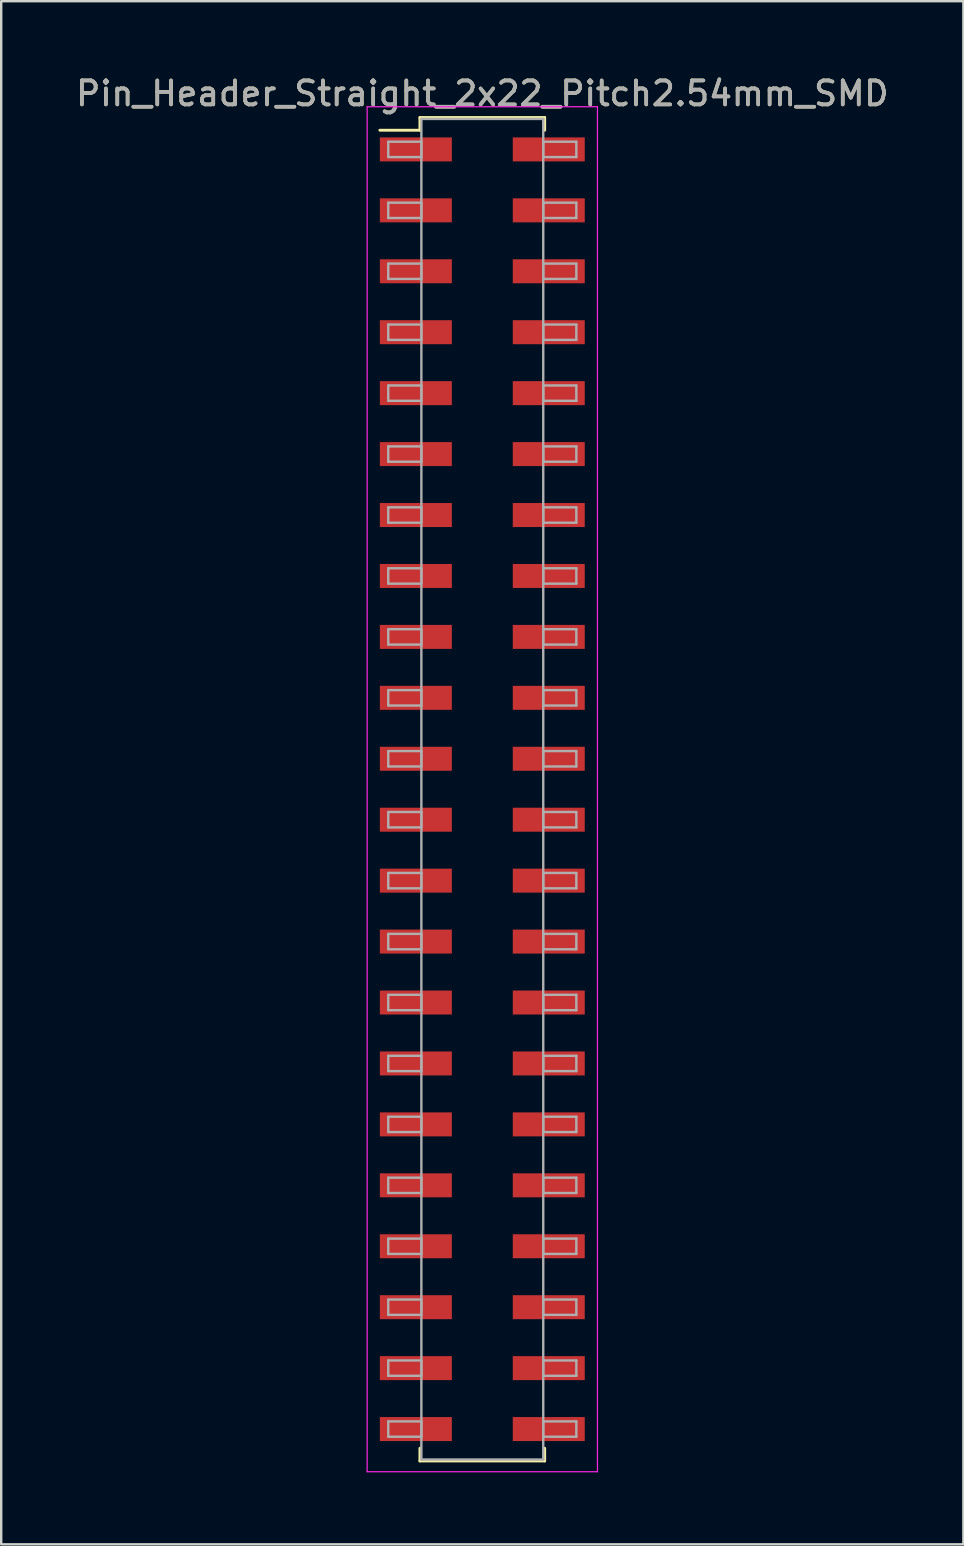
<source format=kicad_pcb>
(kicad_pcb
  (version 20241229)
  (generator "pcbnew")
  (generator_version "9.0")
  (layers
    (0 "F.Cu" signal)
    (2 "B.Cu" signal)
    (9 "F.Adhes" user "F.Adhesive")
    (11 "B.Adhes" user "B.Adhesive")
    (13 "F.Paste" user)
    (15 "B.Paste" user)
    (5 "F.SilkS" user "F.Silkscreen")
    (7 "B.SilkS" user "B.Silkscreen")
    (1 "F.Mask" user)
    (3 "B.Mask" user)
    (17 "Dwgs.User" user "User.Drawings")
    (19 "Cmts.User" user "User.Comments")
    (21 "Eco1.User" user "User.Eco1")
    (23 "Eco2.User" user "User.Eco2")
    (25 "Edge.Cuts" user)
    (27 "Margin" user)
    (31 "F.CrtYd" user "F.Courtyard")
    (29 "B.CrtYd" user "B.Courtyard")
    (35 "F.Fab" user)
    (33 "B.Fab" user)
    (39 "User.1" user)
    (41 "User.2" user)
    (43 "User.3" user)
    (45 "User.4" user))
  (footprint "Pin_Header_Straight_2x22_Pitch2.54mm_SMD"
    (layer "F.Cu")
    (at 17.054 29.848)
    (property "Reference" "Pin_Header_Straight_2x22_Pitch2.54mm_SMD" (at 0 -29 0) (layer "F.SilkS") (effects (font (size 1 1) (thickness 0.15))))
    (attr smd)
    (fp_line (start -4.27 -27.47) (end -2.6 -27.47) (stroke (width 0.12) (type solid)) (layer "F.SilkS"))
    (fp_line (start -2.6 -28) (end 2.6 -28) (stroke (width 0.12) (type solid)) (layer "F.SilkS"))
    (fp_line (start -2.6 -27.47) (end -2.6 -28) (stroke (width 0.12) (type solid)) (layer "F.SilkS"))
    (fp_line (start -2.6 27.47) (end -2.6 28) (stroke (width 0.12) (type solid)) (layer "F.SilkS"))
    (fp_line (start -2.6 28) (end 2.6 28) (stroke (width 0.12) (type solid)) (layer "F.SilkS"))
    (fp_line (start 2.6 -28) (end 2.6 -27.47) (stroke (width 0.12) (type solid)) (layer "F.SilkS"))
    (fp_line (start 2.6 28) (end 2.6 27.47) (stroke (width 0.12) (type solid)) (layer "F.SilkS"))
    (fp_line (start -4.8 -28.45) (end -4.8 28.45) (stroke (width 0.05) (type solid)) (layer "F.CrtYd"))
    (fp_line (start -4.8 28.45) (end 4.8 28.45) (stroke (width 0.05) (type solid)) (layer "F.CrtYd"))
    (fp_line (start 4.8 -28.45) (end -4.8 -28.45) (stroke (width 0.05) (type solid)) (layer "F.CrtYd"))
    (fp_line (start 4.8 28.45) (end 4.8 -28.45) (stroke (width 0.05) (type solid)) (layer "F.CrtYd"))
    (fp_line (start -3.92 -26.99) (end -2.54 -26.99) (stroke (width 0.1) (type solid)) (layer "F.Fab"))
    (fp_line (start -3.92 -26.35) (end -3.92 -26.99) (stroke (width 0.1) (type solid)) (layer "F.Fab"))
    (fp_line (start -3.92 -24.45) (end -2.54 -24.45) (stroke (width 0.1) (type solid)) (layer "F.Fab"))
    (fp_line (start -3.92 -23.81) (end -3.92 -24.45) (stroke (width 0.1) (type solid)) (layer "F.Fab"))
    (fp_line (start -3.92 -21.91) (end -2.54 -21.91) (stroke (width 0.1) (type solid)) (layer "F.Fab"))
    (fp_line (start -3.92 -21.27) (end -3.92 -21.91) (stroke (width 0.1) (type solid)) (layer "F.Fab"))
    (fp_line (start -3.92 -19.37) (end -2.54 -19.37) (stroke (width 0.1) (type solid)) (layer "F.Fab"))
    (fp_line (start -3.92 -18.73) (end -3.92 -19.37) (stroke (width 0.1) (type solid)) (layer "F.Fab"))
    (fp_line (start -3.92 -16.83) (end -2.54 -16.83) (stroke (width 0.1) (type solid)) (layer "F.Fab"))
    (fp_line (start -3.92 -16.19) (end -3.92 -16.83) (stroke (width 0.1) (type solid)) (layer "F.Fab"))
    (fp_line (start -3.92 -14.29) (end -2.54 -14.29) (stroke (width 0.1) (type solid)) (layer "F.Fab"))
    (fp_line (start -3.92 -13.65) (end -3.92 -14.29) (stroke (width 0.1) (type solid)) (layer "F.Fab"))
    (fp_line (start -3.92 -11.75) (end -2.54 -11.75) (stroke (width 0.1) (type solid)) (layer "F.Fab"))
    (fp_line (start -3.92 -11.11) (end -3.92 -11.75) (stroke (width 0.1) (type solid)) (layer "F.Fab"))
    (fp_line (start -3.92 -9.21) (end -2.54 -9.21) (stroke (width 0.1) (type solid)) (layer "F.Fab"))
    (fp_line (start -3.92 -8.57) (end -3.92 -9.21) (stroke (width 0.1) (type solid)) (layer "F.Fab"))
    (fp_line (start -3.92 -6.67) (end -2.54 -6.67) (stroke (width 0.1) (type solid)) (layer "F.Fab"))
    (fp_line (start -3.92 -6.03) (end -3.92 -6.67) (stroke (width 0.1) (type solid)) (layer "F.Fab"))
    (fp_line (start -3.92 -4.13) (end -2.54 -4.13) (stroke (width 0.1) (type solid)) (layer "F.Fab"))
    (fp_line (start -3.92 -3.49) (end -3.92 -4.13) (stroke (width 0.1) (type solid)) (layer "F.Fab"))
    (fp_line (start -3.92 -1.59) (end -2.54 -1.59) (stroke (width 0.1) (type solid)) (layer "F.Fab"))
    (fp_line (start -3.92 -0.95) (end -3.92 -1.59) (stroke (width 0.1) (type solid)) (layer "F.Fab"))
    (fp_line (start -3.92 0.95) (end -2.54 0.95) (stroke (width 0.1) (type solid)) (layer "F.Fab"))
    (fp_line (start -3.92 1.59) (end -3.92 0.95) (stroke (width 0.1) (type solid)) (layer "F.Fab"))
    (fp_line (start -3.92 3.49) (end -2.54 3.49) (stroke (width 0.1) (type solid)) (layer "F.Fab"))
    (fp_line (start -3.92 4.13) (end -3.92 3.49) (stroke (width 0.1) (type solid)) (layer "F.Fab"))
    (fp_line (start -3.92 6.03) (end -2.54 6.03) (stroke (width 0.1) (type solid)) (layer "F.Fab"))
    (fp_line (start -3.92 6.67) (end -3.92 6.03) (stroke (width 0.1) (type solid)) (layer "F.Fab"))
    (fp_line (start -3.92 8.57) (end -2.54 8.57) (stroke (width 0.1) (type solid)) (layer "F.Fab"))
    (fp_line (start -3.92 9.21) (end -3.92 8.57) (stroke (width 0.1) (type solid)) (layer "F.Fab"))
    (fp_line (start -3.92 11.11) (end -2.54 11.11) (stroke (width 0.1) (type solid)) (layer "F.Fab"))
    (fp_line (start -3.92 11.75) (end -3.92 11.11) (stroke (width 0.1) (type solid)) (layer "F.Fab"))
    (fp_line (start -3.92 13.65) (end -2.54 13.65) (stroke (width 0.1) (type solid)) (layer "F.Fab"))
    (fp_line (start -3.92 14.29) (end -3.92 13.65) (stroke (width 0.1) (type solid)) (layer "F.Fab"))
    (fp_line (start -3.92 16.19) (end -2.54 16.19) (stroke (width 0.1) (type solid)) (layer "F.Fab"))
    (fp_line (start -3.92 16.83) (end -3.92 16.19) (stroke (width 0.1) (type solid)) (layer "F.Fab"))
    (fp_line (start -3.92 18.73) (end -2.54 18.73) (stroke (width 0.1) (type solid)) (layer "F.Fab"))
    (fp_line (start -3.92 19.37) (end -3.92 18.73) (stroke (width 0.1) (type solid)) (layer "F.Fab"))
    (fp_line (start -3.92 21.27) (end -2.54 21.27) (stroke (width 0.1) (type solid)) (layer "F.Fab"))
    (fp_line (start -3.92 21.91) (end -3.92 21.27) (stroke (width 0.1) (type solid)) (layer "F.Fab"))
    (fp_line (start -3.92 23.81) (end -2.54 23.81) (stroke (width 0.1) (type solid)) (layer "F.Fab"))
    (fp_line (start -3.92 24.45) (end -3.92 23.81) (stroke (width 0.1) (type solid)) (layer "F.Fab"))
    (fp_line (start -3.92 26.35) (end -2.54 26.35) (stroke (width 0.1) (type solid)) (layer "F.Fab"))
    (fp_line (start -3.92 26.99) (end -3.92 26.35) (stroke (width 0.1) (type solid)) (layer "F.Fab"))
    (fp_line (start -2.54 -27.94) (end -2.54 27.94) (stroke (width 0.1) (type solid)) (layer "F.Fab"))
    (fp_line (start -2.54 -26.99) (end -2.54 -26.35) (stroke (width 0.1) (type solid)) (layer "F.Fab"))
    (fp_line (start -2.54 -26.35) (end -3.92 -26.35) (stroke (width 0.1) (type solid)) (layer "F.Fab"))
    (fp_line (start -2.54 -24.45) (end -2.54 -23.81) (stroke (width 0.1) (type solid)) (layer "F.Fab"))
    (fp_line (start -2.54 -23.81) (end -3.92 -23.81) (stroke (width 0.1) (type solid)) (layer "F.Fab"))
    (fp_line (start -2.54 -21.91) (end -2.54 -21.27) (stroke (width 0.1) (type solid)) (layer "F.Fab"))
    (fp_line (start -2.54 -21.27) (end -3.92 -21.27) (stroke (width 0.1) (type solid)) (layer "F.Fab"))
    (fp_line (start -2.54 -19.37) (end -2.54 -18.73) (stroke (width 0.1) (type solid)) (layer "F.Fab"))
    (fp_line (start -2.54 -18.73) (end -3.92 -18.73) (stroke (width 0.1) (type solid)) (layer "F.Fab"))
    (fp_line (start -2.54 -16.83) (end -2.54 -16.19) (stroke (width 0.1) (type solid)) (layer "F.Fab"))
    (fp_line (start -2.54 -16.19) (end -3.92 -16.19) (stroke (width 0.1) (type solid)) (layer "F.Fab"))
    (fp_line (start -2.54 -14.29) (end -2.54 -13.65) (stroke (width 0.1) (type solid)) (layer "F.Fab"))
    (fp_line (start -2.54 -13.65) (end -3.92 -13.65) (stroke (width 0.1) (type solid)) (layer "F.Fab"))
    (fp_line (start -2.54 -11.75) (end -2.54 -11.11) (stroke (width 0.1) (type solid)) (layer "F.Fab"))
    (fp_line (start -2.54 -11.11) (end -3.92 -11.11) (stroke (width 0.1) (type solid)) (layer "F.Fab"))
    (fp_line (start -2.54 -9.21) (end -2.54 -8.57) (stroke (width 0.1) (type solid)) (layer "F.Fab"))
    (fp_line (start -2.54 -8.57) (end -3.92 -8.57) (stroke (width 0.1) (type solid)) (layer "F.Fab"))
    (fp_line (start -2.54 -6.67) (end -2.54 -6.03) (stroke (width 0.1) (type solid)) (layer "F.Fab"))
    (fp_line (start -2.54 -6.03) (end -3.92 -6.03) (stroke (width 0.1) (type solid)) (layer "F.Fab"))
    (fp_line (start -2.54 -4.13) (end -2.54 -3.49) (stroke (width 0.1) (type solid)) (layer "F.Fab"))
    (fp_line (start -2.54 -3.49) (end -3.92 -3.49) (stroke (width 0.1) (type solid)) (layer "F.Fab"))
    (fp_line (start -2.54 -1.59) (end -2.54 -0.95) (stroke (width 0.1) (type solid)) (layer "F.Fab"))
    (fp_line (start -2.54 -0.95) (end -3.92 -0.95) (stroke (width 0.1) (type solid)) (layer "F.Fab"))
    (fp_line (start -2.54 0.95) (end -2.54 1.59) (stroke (width 0.1) (type solid)) (layer "F.Fab"))
    (fp_line (start -2.54 1.59) (end -3.92 1.59) (stroke (width 0.1) (type solid)) (layer "F.Fab"))
    (fp_line (start -2.54 3.49) (end -2.54 4.13) (stroke (width 0.1) (type solid)) (layer "F.Fab"))
    (fp_line (start -2.54 4.13) (end -3.92 4.13) (stroke (width 0.1) (type solid)) (layer "F.Fab"))
    (fp_line (start -2.54 6.03) (end -2.54 6.67) (stroke (width 0.1) (type solid)) (layer "F.Fab"))
    (fp_line (start -2.54 6.67) (end -3.92 6.67) (stroke (width 0.1) (type solid)) (layer "F.Fab"))
    (fp_line (start -2.54 8.57) (end -2.54 9.21) (stroke (width 0.1) (type solid)) (layer "F.Fab"))
    (fp_line (start -2.54 9.21) (end -3.92 9.21) (stroke (width 0.1) (type solid)) (layer "F.Fab"))
    (fp_line (start -2.54 11.11) (end -2.54 11.75) (stroke (width 0.1) (type solid)) (layer "F.Fab"))
    (fp_line (start -2.54 11.75) (end -3.92 11.75) (stroke (width 0.1) (type solid)) (layer "F.Fab"))
    (fp_line (start -2.54 13.65) (end -2.54 14.29) (stroke (width 0.1) (type solid)) (layer "F.Fab"))
    (fp_line (start -2.54 14.29) (end -3.92 14.29) (stroke (width 0.1) (type solid)) (layer "F.Fab"))
    (fp_line (start -2.54 16.19) (end -2.54 16.83) (stroke (width 0.1) (type solid)) (layer "F.Fab"))
    (fp_line (start -2.54 16.83) (end -3.92 16.83) (stroke (width 0.1) (type solid)) (layer "F.Fab"))
    (fp_line (start -2.54 18.73) (end -2.54 19.37) (stroke (width 0.1) (type solid)) (layer "F.Fab"))
    (fp_line (start -2.54 19.37) (end -3.92 19.37) (stroke (width 0.1) (type solid)) (layer "F.Fab"))
    (fp_line (start -2.54 21.27) (end -2.54 21.91) (stroke (width 0.1) (type solid)) (layer "F.Fab"))
    (fp_line (start -2.54 21.91) (end -3.92 21.91) (stroke (width 0.1) (type solid)) (layer "F.Fab"))
    (fp_line (start -2.54 23.81) (end -2.54 24.45) (stroke (width 0.1) (type solid)) (layer "F.Fab"))
    (fp_line (start -2.54 24.45) (end -3.92 24.45) (stroke (width 0.1) (type solid)) (layer "F.Fab"))
    (fp_line (start -2.54 26.35) (end -2.54 26.99) (stroke (width 0.1) (type solid)) (layer "F.Fab"))
    (fp_line (start -2.54 26.99) (end -3.92 26.99) (stroke (width 0.1) (type solid)) (layer "F.Fab"))
    (fp_line (start -2.54 27.94) (end 2.54 27.94) (stroke (width 0.1) (type solid)) (layer "F.Fab"))
    (fp_line (start 2.54 -27.94) (end -2.54 -27.94) (stroke (width 0.1) (type solid)) (layer "F.Fab"))
    (fp_line (start 2.54 -26.99) (end 2.54 -26.35) (stroke (width 0.1) (type solid)) (layer "F.Fab"))
    (fp_line (start 2.54 -26.35) (end 3.92 -26.35) (stroke (width 0.1) (type solid)) (layer "F.Fab"))
    (fp_line (start 2.54 -24.45) (end 2.54 -23.81) (stroke (width 0.1) (type solid)) (layer "F.Fab"))
    (fp_line (start 2.54 -23.81) (end 3.92 -23.81) (stroke (width 0.1) (type solid)) (layer "F.Fab"))
    (fp_line (start 2.54 -21.91) (end 2.54 -21.27) (stroke (width 0.1) (type solid)) (layer "F.Fab"))
    (fp_line (start 2.54 -21.27) (end 3.92 -21.27) (stroke (width 0.1) (type solid)) (layer "F.Fab"))
    (fp_line (start 2.54 -19.37) (end 2.54 -18.73) (stroke (width 0.1) (type solid)) (layer "F.Fab"))
    (fp_line (start 2.54 -18.73) (end 3.92 -18.73) (stroke (width 0.1) (type solid)) (layer "F.Fab"))
    (fp_line (start 2.54 -16.83) (end 2.54 -16.19) (stroke (width 0.1) (type solid)) (layer "F.Fab"))
    (fp_line (start 2.54 -16.19) (end 3.92 -16.19) (stroke (width 0.1) (type solid)) (layer "F.Fab"))
    (fp_line (start 2.54 -14.29) (end 2.54 -13.65) (stroke (width 0.1) (type solid)) (layer "F.Fab"))
    (fp_line (start 2.54 -13.65) (end 3.92 -13.65) (stroke (width 0.1) (type solid)) (layer "F.Fab"))
    (fp_line (start 2.54 -11.75) (end 2.54 -11.11) (stroke (width 0.1) (type solid)) (layer "F.Fab"))
    (fp_line (start 2.54 -11.11) (end 3.92 -11.11) (stroke (width 0.1) (type solid)) (layer "F.Fab"))
    (fp_line (start 2.54 -9.21) (end 2.54 -8.57) (stroke (width 0.1) (type solid)) (layer "F.Fab"))
    (fp_line (start 2.54 -8.57) (end 3.92 -8.57) (stroke (width 0.1) (type solid)) (layer "F.Fab"))
    (fp_line (start 2.54 -6.67) (end 2.54 -6.03) (stroke (width 0.1) (type solid)) (layer "F.Fab"))
    (fp_line (start 2.54 -6.03) (end 3.92 -6.03) (stroke (width 0.1) (type solid)) (layer "F.Fab"))
    (fp_line (start 2.54 -4.13) (end 2.54 -3.49) (stroke (width 0.1) (type solid)) (layer "F.Fab"))
    (fp_line (start 2.54 -3.49) (end 3.92 -3.49) (stroke (width 0.1) (type solid)) (layer "F.Fab"))
    (fp_line (start 2.54 -1.59) (end 2.54 -0.95) (stroke (width 0.1) (type solid)) (layer "F.Fab"))
    (fp_line (start 2.54 -0.95) (end 3.92 -0.95) (stroke (width 0.1) (type solid)) (layer "F.Fab"))
    (fp_line (start 2.54 0.95) (end 2.54 1.59) (stroke (width 0.1) (type solid)) (layer "F.Fab"))
    (fp_line (start 2.54 1.59) (end 3.92 1.59) (stroke (width 0.1) (type solid)) (layer "F.Fab"))
    (fp_line (start 2.54 3.49) (end 2.54 4.13) (stroke (width 0.1) (type solid)) (layer "F.Fab"))
    (fp_line (start 2.54 4.13) (end 3.92 4.13) (stroke (width 0.1) (type solid)) (layer "F.Fab"))
    (fp_line (start 2.54 6.03) (end 2.54 6.67) (stroke (width 0.1) (type solid)) (layer "F.Fab"))
    (fp_line (start 2.54 6.67) (end 3.92 6.67) (stroke (width 0.1) (type solid)) (layer "F.Fab"))
    (fp_line (start 2.54 8.57) (end 2.54 9.21) (stroke (width 0.1) (type solid)) (layer "F.Fab"))
    (fp_line (start 2.54 9.21) (end 3.92 9.21) (stroke (width 0.1) (type solid)) (layer "F.Fab"))
    (fp_line (start 2.54 11.11) (end 2.54 11.75) (stroke (width 0.1) (type solid)) (layer "F.Fab"))
    (fp_line (start 2.54 11.75) (end 3.92 11.75) (stroke (width 0.1) (type solid)) (layer "F.Fab"))
    (fp_line (start 2.54 13.65) (end 2.54 14.29) (stroke (width 0.1) (type solid)) (layer "F.Fab"))
    (fp_line (start 2.54 14.29) (end 3.92 14.29) (stroke (width 0.1) (type solid)) (layer "F.Fab"))
    (fp_line (start 2.54 16.19) (end 2.54 16.83) (stroke (width 0.1) (type solid)) (layer "F.Fab"))
    (fp_line (start 2.54 16.83) (end 3.92 16.83) (stroke (width 0.1) (type solid)) (layer "F.Fab"))
    (fp_line (start 2.54 18.73) (end 2.54 19.37) (stroke (width 0.1) (type solid)) (layer "F.Fab"))
    (fp_line (start 2.54 19.37) (end 3.92 19.37) (stroke (width 0.1) (type solid)) (layer "F.Fab"))
    (fp_line (start 2.54 21.27) (end 2.54 21.91) (stroke (width 0.1) (type solid)) (layer "F.Fab"))
    (fp_line (start 2.54 21.91) (end 3.92 21.91) (stroke (width 0.1) (type solid)) (layer "F.Fab"))
    (fp_line (start 2.54 23.81) (end 2.54 24.45) (stroke (width 0.1) (type solid)) (layer "F.Fab"))
    (fp_line (start 2.54 24.45) (end 3.92 24.45) (stroke (width 0.1) (type solid)) (layer "F.Fab"))
    (fp_line (start 2.54 26.35) (end 2.54 26.99) (stroke (width 0.1) (type solid)) (layer "F.Fab"))
    (fp_line (start 2.54 26.99) (end 3.92 26.99) (stroke (width 0.1) (type solid)) (layer "F.Fab"))
    (fp_line (start 2.54 27.94) (end 2.54 -27.94) (stroke (width 0.1) (type solid)) (layer "F.Fab"))
    (fp_line (start 3.92 -26.99) (end 2.54 -26.99) (stroke (width 0.1) (type solid)) (layer "F.Fab"))
    (fp_line (start 3.92 -26.35) (end 3.92 -26.99) (stroke (width 0.1) (type solid)) (layer "F.Fab"))
    (fp_line (start 3.92 -24.45) (end 2.54 -24.45) (stroke (width 0.1) (type solid)) (layer "F.Fab"))
    (fp_line (start 3.92 -23.81) (end 3.92 -24.45) (stroke (width 0.1) (type solid)) (layer "F.Fab"))
    (fp_line (start 3.92 -21.91) (end 2.54 -21.91) (stroke (width 0.1) (type solid)) (layer "F.Fab"))
    (fp_line (start 3.92 -21.27) (end 3.92 -21.91) (stroke (width 0.1) (type solid)) (layer "F.Fab"))
    (fp_line (start 3.92 -19.37) (end 2.54 -19.37) (stroke (width 0.1) (type solid)) (layer "F.Fab"))
    (fp_line (start 3.92 -18.73) (end 3.92 -19.37) (stroke (width 0.1) (type solid)) (layer "F.Fab"))
    (fp_line (start 3.92 -16.83) (end 2.54 -16.83) (stroke (width 0.1) (type solid)) (layer "F.Fab"))
    (fp_line (start 3.92 -16.19) (end 3.92 -16.83) (stroke (width 0.1) (type solid)) (layer "F.Fab"))
    (fp_line (start 3.92 -14.29) (end 2.54 -14.29) (stroke (width 0.1) (type solid)) (layer "F.Fab"))
    (fp_line (start 3.92 -13.65) (end 3.92 -14.29) (stroke (width 0.1) (type solid)) (layer "F.Fab"))
    (fp_line (start 3.92 -11.75) (end 2.54 -11.75) (stroke (width 0.1) (type solid)) (layer "F.Fab"))
    (fp_line (start 3.92 -11.11) (end 3.92 -11.75) (stroke (width 0.1) (type solid)) (layer "F.Fab"))
    (fp_line (start 3.92 -9.21) (end 2.54 -9.21) (stroke (width 0.1) (type solid)) (layer "F.Fab"))
    (fp_line (start 3.92 -8.57) (end 3.92 -9.21) (stroke (width 0.1) (type solid)) (layer "F.Fab"))
    (fp_line (start 3.92 -6.67) (end 2.54 -6.67) (stroke (width 0.1) (type solid)) (layer "F.Fab"))
    (fp_line (start 3.92 -6.03) (end 3.92 -6.67) (stroke (width 0.1) (type solid)) (layer "F.Fab"))
    (fp_line (start 3.92 -4.13) (end 2.54 -4.13) (stroke (width 0.1) (type solid)) (layer "F.Fab"))
    (fp_line (start 3.92 -3.49) (end 3.92 -4.13) (stroke (width 0.1) (type solid)) (layer "F.Fab"))
    (fp_line (start 3.92 -1.59) (end 2.54 -1.59) (stroke (width 0.1) (type solid)) (layer "F.Fab"))
    (fp_line (start 3.92 -0.95) (end 3.92 -1.59) (stroke (width 0.1) (type solid)) (layer "F.Fab"))
    (fp_line (start 3.92 0.95) (end 2.54 0.95) (stroke (width 0.1) (type solid)) (layer "F.Fab"))
    (fp_line (start 3.92 1.59) (end 3.92 0.95) (stroke (width 0.1) (type solid)) (layer "F.Fab"))
    (fp_line (start 3.92 3.49) (end 2.54 3.49) (stroke (width 0.1) (type solid)) (layer "F.Fab"))
    (fp_line (start 3.92 4.13) (end 3.92 3.49) (stroke (width 0.1) (type solid)) (layer "F.Fab"))
    (fp_line (start 3.92 6.03) (end 2.54 6.03) (stroke (width 0.1) (type solid)) (layer "F.Fab"))
    (fp_line (start 3.92 6.67) (end 3.92 6.03) (stroke (width 0.1) (type solid)) (layer "F.Fab"))
    (fp_line (start 3.92 8.57) (end 2.54 8.57) (stroke (width 0.1) (type solid)) (layer "F.Fab"))
    (fp_line (start 3.92 9.21) (end 3.92 8.57) (stroke (width 0.1) (type solid)) (layer "F.Fab"))
    (fp_line (start 3.92 11.11) (end 2.54 11.11) (stroke (width 0.1) (type solid)) (layer "F.Fab"))
    (fp_line (start 3.92 11.75) (end 3.92 11.11) (stroke (width 0.1) (type solid)) (layer "F.Fab"))
    (fp_line (start 3.92 13.65) (end 2.54 13.65) (stroke (width 0.1) (type solid)) (layer "F.Fab"))
    (fp_line (start 3.92 14.29) (end 3.92 13.65) (stroke (width 0.1) (type solid)) (layer "F.Fab"))
    (fp_line (start 3.92 16.19) (end 2.54 16.19) (stroke (width 0.1) (type solid)) (layer "F.Fab"))
    (fp_line (start 3.92 16.83) (end 3.92 16.19) (stroke (width 0.1) (type solid)) (layer "F.Fab"))
    (fp_line (start 3.92 18.73) (end 2.54 18.73) (stroke (width 0.1) (type solid)) (layer "F.Fab"))
    (fp_line (start 3.92 19.37) (end 3.92 18.73) (stroke (width 0.1) (type solid)) (layer "F.Fab"))
    (fp_line (start 3.92 21.27) (end 2.54 21.27) (stroke (width 0.1) (type solid)) (layer "F.Fab"))
    (fp_line (start 3.92 21.91) (end 3.92 21.27) (stroke (width 0.1) (type solid)) (layer "F.Fab"))
    (fp_line (start 3.92 23.81) (end 2.54 23.81) (stroke (width 0.1) (type solid)) (layer "F.Fab"))
    (fp_line (start 3.92 24.45) (end 3.92 23.81) (stroke (width 0.1) (type solid)) (layer "F.Fab"))
    (fp_line (start 3.92 26.35) (end 2.54 26.35) (stroke (width 0.1) (type solid)) (layer "F.Fab"))
    (fp_line (start 3.92 26.99) (end 3.92 26.35) (stroke (width 0.1) (type solid)) (layer "F.Fab"))
    (fp_text user "${REFERENCE}" (at 0 -29 0) (layer "F.Fab") (effects (font (size 1 1) (thickness 0.15))))
    (pad "1" smd rect (at -2.77 -26.67) (size 3 1) (layers "F.Cu" "F.Mask" "F.Paste"))
    (pad "2" smd rect (at 2.77 -26.67) (size 3 1) (layers "F.Cu" "F.Mask" "F.Paste"))
    (pad "3" smd rect (at -2.77 -24.13) (size 3 1) (layers "F.Cu" "F.Mask" "F.Paste"))
    (pad "4" smd rect (at 2.77 -24.13) (size 3 1) (layers "F.Cu" "F.Mask" "F.Paste"))
    (pad "5" smd rect (at -2.77 -21.59) (size 3 1) (layers "F.Cu" "F.Mask" "F.Paste"))
    (pad "6" smd rect (at 2.77 -21.59) (size 3 1) (layers "F.Cu" "F.Mask" "F.Paste"))
    (pad "7" smd rect (at -2.77 -19.05) (size 3 1) (layers "F.Cu" "F.Mask" "F.Paste"))
    (pad "8" smd rect (at 2.77 -19.05) (size 3 1) (layers "F.Cu" "F.Mask" "F.Paste"))
    (pad "9" smd rect (at -2.77 -16.51) (size 3 1) (layers "F.Cu" "F.Mask" "F.Paste"))
    (pad "10" smd rect (at 2.77 -16.51) (size 3 1) (layers "F.Cu" "F.Mask" "F.Paste"))
    (pad "11" smd rect (at -2.77 -13.97) (size 3 1) (layers "F.Cu" "F.Mask" "F.Paste"))
    (pad "12" smd rect (at 2.77 -13.97) (size 3 1) (layers "F.Cu" "F.Mask" "F.Paste"))
    (pad "13" smd rect (at -2.77 -11.43) (size 3 1) (layers "F.Cu" "F.Mask" "F.Paste"))
    (pad "14" smd rect (at 2.77 -11.43) (size 3 1) (layers "F.Cu" "F.Mask" "F.Paste"))
    (pad "15" smd rect (at -2.77 -8.89) (size 3 1) (layers "F.Cu" "F.Mask" "F.Paste"))
    (pad "16" smd rect (at 2.77 -8.89) (size 3 1) (layers "F.Cu" "F.Mask" "F.Paste"))
    (pad "17" smd rect (at -2.77 -6.35) (size 3 1) (layers "F.Cu" "F.Mask" "F.Paste"))
    (pad "18" smd rect (at 2.77 -6.35) (size 3 1) (layers "F.Cu" "F.Mask" "F.Paste"))
    (pad "19" smd rect (at -2.77 -3.81) (size 3 1) (layers "F.Cu" "F.Mask" "F.Paste"))
    (pad "20" smd rect (at 2.77 -3.81) (size 3 1) (layers "F.Cu" "F.Mask" "F.Paste"))
    (pad "21" smd rect (at -2.77 -1.27) (size 3 1) (layers "F.Cu" "F.Mask" "F.Paste"))
    (pad "22" smd rect (at 2.77 -1.27) (size 3 1) (layers "F.Cu" "F.Mask" "F.Paste"))
    (pad "23" smd rect (at -2.77 1.27) (size 3 1) (layers "F.Cu" "F.Mask" "F.Paste"))
    (pad "24" smd rect (at 2.77 1.27) (size 3 1) (layers "F.Cu" "F.Mask" "F.Paste"))
    (pad "25" smd rect (at -2.77 3.81) (size 3 1) (layers "F.Cu" "F.Mask" "F.Paste"))
    (pad "26" smd rect (at 2.77 3.81) (size 3 1) (layers "F.Cu" "F.Mask" "F.Paste"))
    (pad "27" smd rect (at -2.77 6.35) (size 3 1) (layers "F.Cu" "F.Mask" "F.Paste"))
    (pad "28" smd rect (at 2.77 6.35) (size 3 1) (layers "F.Cu" "F.Mask" "F.Paste"))
    (pad "29" smd rect (at -2.77 8.89) (size 3 1) (layers "F.Cu" "F.Mask" "F.Paste"))
    (pad "30" smd rect (at 2.77 8.89) (size 3 1) (layers "F.Cu" "F.Mask" "F.Paste"))
    (pad "31" smd rect (at -2.77 11.43) (size 3 1) (layers "F.Cu" "F.Mask" "F.Paste"))
    (pad "32" smd rect (at 2.77 11.43) (size 3 1) (layers "F.Cu" "F.Mask" "F.Paste"))
    (pad "33" smd rect (at -2.77 13.97) (size 3 1) (layers "F.Cu" "F.Mask" "F.Paste"))
    (pad "34" smd rect (at 2.77 13.97) (size 3 1) (layers "F.Cu" "F.Mask" "F.Paste"))
    (pad "35" smd rect (at -2.77 16.51) (size 3 1) (layers "F.Cu" "F.Mask" "F.Paste"))
    (pad "36" smd rect (at 2.77 16.51) (size 3 1) (layers "F.Cu" "F.Mask" "F.Paste"))
    (pad "37" smd rect (at -2.77 19.05) (size 3 1) (layers "F.Cu" "F.Mask" "F.Paste"))
    (pad "38" smd rect (at 2.77 19.05) (size 3 1) (layers "F.Cu" "F.Mask" "F.Paste"))
    (pad "39" smd rect (at -2.77 21.59) (size 3 1) (layers "F.Cu" "F.Mask" "F.Paste"))
    (pad "40" smd rect (at 2.77 21.59) (size 3 1) (layers "F.Cu" "F.Mask" "F.Paste"))
    (pad "41" smd rect (at -2.77 24.13) (size 3 1) (layers "F.Cu" "F.Mask" "F.Paste"))
    (pad "42" smd rect (at 2.77 24.13) (size 3 1) (layers "F.Cu" "F.Mask" "F.Paste"))
    (pad "43" smd rect (at -2.77 26.67) (size 3 1) (layers "F.Cu" "F.Mask" "F.Paste"))
    (pad "44" smd rect (at 2.77 26.67) (size 3 1) (layers "F.Cu" "F.Mask" "F.Paste")))
  (gr_rect
    (start -3 -3)
    (end 37.107 61.323)
    (stroke (width 0.1) (type default))
    (fill no)
    (layer "Edge.Cuts")))
</source>
